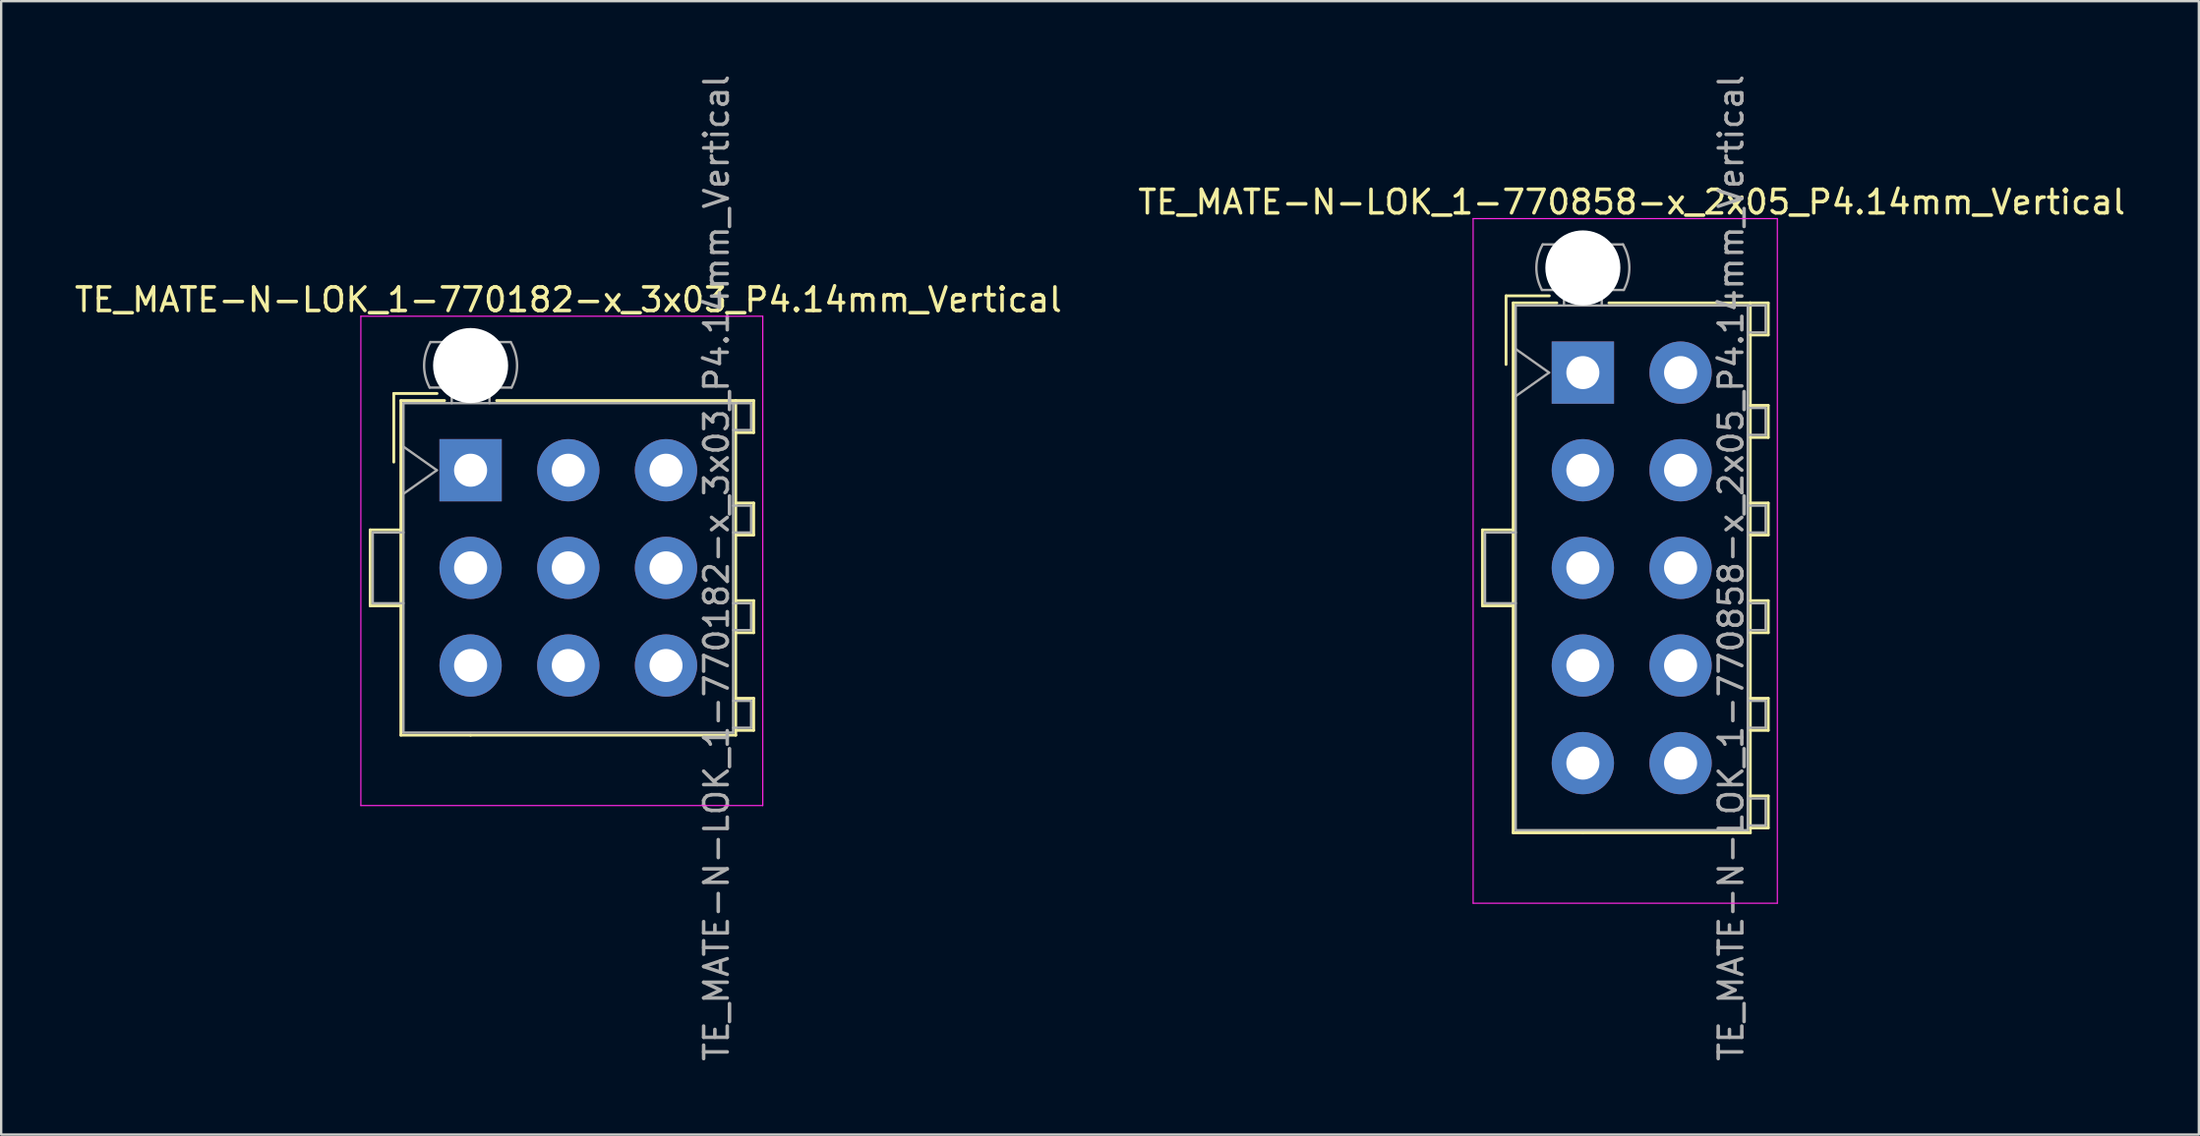
<source format=kicad_pcb>
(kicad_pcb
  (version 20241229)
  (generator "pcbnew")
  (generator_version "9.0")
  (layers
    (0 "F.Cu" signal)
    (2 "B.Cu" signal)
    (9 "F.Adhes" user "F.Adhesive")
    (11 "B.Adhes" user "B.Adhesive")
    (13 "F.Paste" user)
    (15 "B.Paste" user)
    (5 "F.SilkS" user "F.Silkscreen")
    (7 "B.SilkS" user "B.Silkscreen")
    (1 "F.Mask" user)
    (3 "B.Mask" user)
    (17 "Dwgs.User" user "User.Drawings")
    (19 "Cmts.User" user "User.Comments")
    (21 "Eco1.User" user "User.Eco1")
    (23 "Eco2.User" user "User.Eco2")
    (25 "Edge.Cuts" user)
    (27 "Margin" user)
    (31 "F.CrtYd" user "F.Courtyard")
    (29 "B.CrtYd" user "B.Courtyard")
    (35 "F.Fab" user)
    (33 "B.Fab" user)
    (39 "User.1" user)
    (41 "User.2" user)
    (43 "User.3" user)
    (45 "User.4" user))
  (footprint "TE_MATE-N-LOK_1-770182-x_3x03_P4.14mm_Vertical"
    (layer "F.Cu")
    (at 16.89 16.89)
    (property "Reference" "TE_MATE-N-LOK_1-770182-x_3x03_P4.14mm_Vertical" (at 4.14 -7.23 0) (layer "F.SilkS") (effects (font (size 1 1) (thickness 0.15))))
    (attr through_hole)
    (fp_line (start -4.255 2.53) (end -4.255 5.75) (stroke (width 0.12) (type solid)) (layer "F.SilkS"))
    (fp_line (start -4.255 5.75) (end -2.955 5.75) (stroke (width 0.12) (type solid)) (layer "F.SilkS"))
    (fp_line (start -3.255 -3.255) (end -3.255 -0.345) (stroke (width 0.12) (type solid)) (layer "F.SilkS"))
    (fp_line (start -2.955 -2.955) (end -2.955 11.235) (stroke (width 0.12) (type solid)) (layer "F.SilkS"))
    (fp_line (start -2.955 2.53) (end -4.255 2.53) (stroke (width 0.12) (type solid)) (layer "F.SilkS"))
    (fp_line (start -2.955 11.235) (end 0 11.235) (stroke (width 0.12) (type solid)) (layer "F.SilkS"))
    (fp_line (start -1.421 -3.255) (end -3.255 -3.255) (stroke (width 0.12) (type solid)) (layer "F.SilkS"))
    (fp_line (start -1.103 -2.955) (end -2.955 -2.955) (stroke (width 0.12) (type solid)) (layer "F.SilkS"))
    (fp_line (start 1.103 -2.955) (end 11.235 -2.955) (stroke (width 0.12) (type solid)) (layer "F.SilkS"))
    (fp_line (start 11.235 -2.955) (end 11.235 11.235) (stroke (width 0.12) (type solid)) (layer "F.SilkS"))
    (fp_line (start 11.235 -2.955) (end 11.995 -2.955) (stroke (width 0.12) (type solid)) (layer "F.SilkS"))
    (fp_line (start 11.235 1.39) (end 11.995 1.39) (stroke (width 0.12) (type solid)) (layer "F.SilkS"))
    (fp_line (start 11.235 5.53) (end 11.995 5.53) (stroke (width 0.12) (type solid)) (layer "F.SilkS"))
    (fp_line (start 11.235 9.67) (end 11.995 9.67) (stroke (width 0.12) (type solid)) (layer "F.SilkS"))
    (fp_line (start 11.235 11.235) (end 0 11.235) (stroke (width 0.12) (type solid)) (layer "F.SilkS"))
    (fp_line (start 11.995 -2.955) (end 11.995 -1.595) (stroke (width 0.12) (type solid)) (layer "F.SilkS"))
    (fp_line (start 11.995 -1.595) (end 11.235 -1.595) (stroke (width 0.12) (type solid)) (layer "F.SilkS"))
    (fp_line (start 11.995 1.39) (end 11.995 2.75) (stroke (width 0.12) (type solid)) (layer "F.SilkS"))
    (fp_line (start 11.995 2.75) (end 11.235 2.75) (stroke (width 0.12) (type solid)) (layer "F.SilkS"))
    (fp_line (start 11.995 5.53) (end 11.995 6.89) (stroke (width 0.12) (type solid)) (layer "F.SilkS"))
    (fp_line (start 11.995 6.89) (end 11.235 6.89) (stroke (width 0.12) (type solid)) (layer "F.SilkS"))
    (fp_line (start 11.995 9.67) (end 11.995 11.03) (stroke (width 0.12) (type solid)) (layer "F.SilkS"))
    (fp_line (start 11.995 11.03) (end 11.235 11.03) (stroke (width 0.12) (type solid)) (layer "F.SilkS"))
    (fp_line (start -4.65 -6.53) (end -4.65 14.22) (stroke (width 0.05) (type solid)) (layer "F.CrtYd"))
    (fp_line (start -4.65 14.22) (end 12.38 14.22) (stroke (width 0.05) (type solid)) (layer "F.CrtYd"))
    (fp_line (start 12.38 -6.53) (end -4.65 -6.53) (stroke (width 0.05) (type solid)) (layer "F.CrtYd"))
    (fp_line (start 12.38 14.22) (end 12.38 -6.53) (stroke (width 0.05) (type solid)) (layer "F.CrtYd"))
    (fp_line (start -4.145 2.64) (end -4.145 5.64) (stroke (width 0.1) (type solid)) (layer "F.Fab"))
    (fp_line (start -4.145 5.64) (end -2.845 5.64) (stroke (width 0.1) (type solid)) (layer "F.Fab"))
    (fp_line (start -2.845 -2.845) (end -2.845 11.125) (stroke (width 0.1) (type solid)) (layer "F.Fab"))
    (fp_line (start -2.845 -1) (end -1.431 0) (stroke (width 0.1) (type solid)) (layer "F.Fab"))
    (fp_line (start -2.845 2.64) (end -4.145 2.64) (stroke (width 0.1) (type solid)) (layer "F.Fab"))
    (fp_line (start -2.845 11.125) (end 11.125 11.125) (stroke (width 0.1) (type solid)) (layer "F.Fab"))
    (fp_line (start -1.431 0) (end -2.845 1) (stroke (width 0.1) (type solid)) (layer "F.Fab"))
    (fp_line (start -0.8 -2.845) (end -0.8 -3.505) (stroke (width 0.1) (type solid)) (layer "F.Fab"))
    (fp_line (start 0.8 -2.845) (end 0.8 -3.505) (stroke (width 0.1) (type solid)) (layer "F.Fab"))
    (fp_line (start 1.7 -5.436) (end -1.7 -5.436) (stroke (width 0.1) (type solid)) (layer "F.Fab"))
    (fp_line (start 1.734 -3.505) (end -1.734 -3.505) (stroke (width 0.1) (type solid)) (layer "F.Fab"))
    (fp_line (start 11.125 -2.845) (end -2.845 -2.845) (stroke (width 0.1) (type solid)) (layer "F.Fab"))
    (fp_line (start 11.125 -2.845) (end 11.885 -2.845) (stroke (width 0.1) (type solid)) (layer "F.Fab"))
    (fp_line (start 11.125 1.5) (end 11.885 1.5) (stroke (width 0.1) (type solid)) (layer "F.Fab"))
    (fp_line (start 11.125 5.64) (end 11.885 5.64) (stroke (width 0.1) (type solid)) (layer "F.Fab"))
    (fp_line (start 11.125 9.78) (end 11.885 9.78) (stroke (width 0.1) (type solid)) (layer "F.Fab"))
    (fp_line (start 11.125 11.125) (end 11.125 -2.845) (stroke (width 0.1) (type solid)) (layer "F.Fab"))
    (fp_line (start 11.885 -2.845) (end 11.885 -1.705) (stroke (width 0.1) (type solid)) (layer "F.Fab"))
    (fp_line (start 11.885 -1.705) (end 11.125 -1.705) (stroke (width 0.1) (type solid)) (layer "F.Fab"))
    (fp_line (start 11.885 1.5) (end 11.885 2.64) (stroke (width 0.1) (type solid)) (layer "F.Fab"))
    (fp_line (start 11.885 2.64) (end 11.125 2.64) (stroke (width 0.1) (type solid)) (layer "F.Fab"))
    (fp_line (start 11.885 5.64) (end 11.885 6.78) (stroke (width 0.1) (type solid)) (layer "F.Fab"))
    (fp_line (start 11.885 6.78) (end 11.125 6.78) (stroke (width 0.1) (type solid)) (layer "F.Fab"))
    (fp_line (start 11.885 9.78) (end 11.885 10.92) (stroke (width 0.1) (type solid)) (layer "F.Fab"))
    (fp_line (start 11.885 10.92) (end 11.125 10.92) (stroke (width 0.1) (type solid)) (layer "F.Fab"))
    (fp_arc (start -1.733977 -3.505) (mid -1.96969 -4.474992) (end -1.699672 -5.436) (stroke (width 0.1) (type solid)) (layer "F.Fab"))
    (fp_arc (start 1.699672 -5.436) (mid 1.969689 -4.474992) (end 1.733977 -3.505) (stroke (width 0.1) (type solid)) (layer "F.Fab"))
    (fp_text user "${REFERENCE}" (at 10.42 4.14 90) (layer "F.Fab") (effects (font (size 1 1) (thickness 0.15))))
    (pad "" np_thru_hole circle (at 0 -4.44) (size 3.18 3.18) (drill 3.18) (layers "*.Cu" "*.Mask"))
    (pad "1" thru_hole rect (at 0 0) (size 2.64 2.64) (drill 1.4) (layers "*.Cu" "*.Mask"))
    (pad "2" thru_hole circle (at 0 4.14) (size 2.64 2.64) (drill 1.4) (layers "*.Cu" "*.Mask"))
    (pad "3" thru_hole circle (at 0 8.28) (size 2.64 2.64) (drill 1.4) (layers "*.Cu" "*.Mask"))
    (pad "4" thru_hole circle (at 4.14 0) (size 2.64 2.64) (drill 1.4) (layers "*.Cu" "*.Mask"))
    (pad "5" thru_hole circle (at 4.14 4.14) (size 2.64 2.64) (drill 1.4) (layers "*.Cu" "*.Mask"))
    (pad "6" thru_hole circle (at 4.14 8.28) (size 2.64 2.64) (drill 1.4) (layers "*.Cu" "*.Mask"))
    (pad "7" thru_hole circle (at 8.28 0) (size 2.64 2.64) (drill 1.4) (layers "*.Cu" "*.Mask"))
    (pad "8" thru_hole circle (at 8.28 4.14) (size 2.64 2.64) (drill 1.4) (layers "*.Cu" "*.Mask"))
    (pad "9" thru_hole circle (at 8.28 8.28) (size 2.64 2.64) (drill 1.4) (layers "*.Cu" "*.Mask")))
  (footprint "TE_MATE-N-LOK_1-770858-x_2x05_P4.14mm_Vertical"
    (layer "F.Cu")
    (at 64.019 12.75)
    (property "Reference" "TE_MATE-N-LOK_1-770858-x_2x05_P4.14mm_Vertical" (at 2.07 -7.23 0) (layer "F.SilkS") (effects (font (size 1 1) (thickness 0.15))))
    (attr through_hole)
    (fp_line (start -4.255 6.67) (end -4.255 9.89) (stroke (width 0.12) (type solid)) (layer "F.SilkS"))
    (fp_line (start -4.255 9.89) (end -2.955 9.89) (stroke (width 0.12) (type solid)) (layer "F.SilkS"))
    (fp_line (start -3.255 -3.255) (end -3.255 -0.345) (stroke (width 0.12) (type solid)) (layer "F.SilkS"))
    (fp_line (start -2.955 -2.955) (end -2.955 19.515) (stroke (width 0.12) (type solid)) (layer "F.SilkS"))
    (fp_line (start -2.955 6.67) (end -4.255 6.67) (stroke (width 0.12) (type solid)) (layer "F.SilkS"))
    (fp_line (start -2.955 19.515) (end 0 19.515) (stroke (width 0.12) (type solid)) (layer "F.SilkS"))
    (fp_line (start -1.421 -3.255) (end -3.255 -3.255) (stroke (width 0.12) (type solid)) (layer "F.SilkS"))
    (fp_line (start -1.103 -2.955) (end -2.955 -2.955) (stroke (width 0.12) (type solid)) (layer "F.SilkS"))
    (fp_line (start 1.103 -2.955) (end 7.095 -2.955) (stroke (width 0.12) (type solid)) (layer "F.SilkS"))
    (fp_line (start 7.095 -2.955) (end 7.095 19.515) (stroke (width 0.12) (type solid)) (layer "F.SilkS"))
    (fp_line (start 7.095 -2.955) (end 7.855 -2.955) (stroke (width 0.12) (type solid)) (layer "F.SilkS"))
    (fp_line (start 7.095 1.39) (end 7.855 1.39) (stroke (width 0.12) (type solid)) (layer "F.SilkS"))
    (fp_line (start 7.095 5.53) (end 7.855 5.53) (stroke (width 0.12) (type solid)) (layer "F.SilkS"))
    (fp_line (start 7.095 9.67) (end 7.855 9.67) (stroke (width 0.12) (type solid)) (layer "F.SilkS"))
    (fp_line (start 7.095 13.81) (end 7.855 13.81) (stroke (width 0.12) (type solid)) (layer "F.SilkS"))
    (fp_line (start 7.095 17.95) (end 7.855 17.95) (stroke (width 0.12) (type solid)) (layer "F.SilkS"))
    (fp_line (start 7.095 19.515) (end 0 19.515) (stroke (width 0.12) (type solid)) (layer "F.SilkS"))
    (fp_line (start 7.855 -2.955) (end 7.855 -1.595) (stroke (width 0.12) (type solid)) (layer "F.SilkS"))
    (fp_line (start 7.855 -1.595) (end 7.095 -1.595) (stroke (width 0.12) (type solid)) (layer "F.SilkS"))
    (fp_line (start 7.855 1.39) (end 7.855 2.75) (stroke (width 0.12) (type solid)) (layer "F.SilkS"))
    (fp_line (start 7.855 2.75) (end 7.095 2.75) (stroke (width 0.12) (type solid)) (layer "F.SilkS"))
    (fp_line (start 7.855 5.53) (end 7.855 6.89) (stroke (width 0.12) (type solid)) (layer "F.SilkS"))
    (fp_line (start 7.855 6.89) (end 7.095 6.89) (stroke (width 0.12) (type solid)) (layer "F.SilkS"))
    (fp_line (start 7.855 9.67) (end 7.855 11.03) (stroke (width 0.12) (type solid)) (layer "F.SilkS"))
    (fp_line (start 7.855 11.03) (end 7.095 11.03) (stroke (width 0.12) (type solid)) (layer "F.SilkS"))
    (fp_line (start 7.855 13.81) (end 7.855 15.17) (stroke (width 0.12) (type solid)) (layer "F.SilkS"))
    (fp_line (start 7.855 15.17) (end 7.095 15.17) (stroke (width 0.12) (type solid)) (layer "F.SilkS"))
    (fp_line (start 7.855 17.95) (end 7.855 19.31) (stroke (width 0.12) (type solid)) (layer "F.SilkS"))
    (fp_line (start 7.855 19.31) (end 7.095 19.31) (stroke (width 0.12) (type solid)) (layer "F.SilkS"))
    (fp_line (start -4.65 -6.53) (end -4.65 22.5) (stroke (width 0.05) (type solid)) (layer "F.CrtYd"))
    (fp_line (start -4.65 22.5) (end 8.24 22.5) (stroke (width 0.05) (type solid)) (layer "F.CrtYd"))
    (fp_line (start 8.24 -6.53) (end -4.65 -6.53) (stroke (width 0.05) (type solid)) (layer "F.CrtYd"))
    (fp_line (start 8.24 22.5) (end 8.24 -6.53) (stroke (width 0.05) (type solid)) (layer "F.CrtYd"))
    (fp_line (start -4.145 6.78) (end -4.145 9.78) (stroke (width 0.1) (type solid)) (layer "F.Fab"))
    (fp_line (start -4.145 9.78) (end -2.845 9.78) (stroke (width 0.1) (type solid)) (layer "F.Fab"))
    (fp_line (start -2.845 -2.845) (end -2.845 19.405) (stroke (width 0.1) (type solid)) (layer "F.Fab"))
    (fp_line (start -2.845 -1) (end -1.431 0) (stroke (width 0.1) (type solid)) (layer "F.Fab"))
    (fp_line (start -2.845 6.78) (end -4.145 6.78) (stroke (width 0.1) (type solid)) (layer "F.Fab"))
    (fp_line (start -2.845 19.405) (end 6.985 19.405) (stroke (width 0.1) (type solid)) (layer "F.Fab"))
    (fp_line (start -1.431 0) (end -2.845 1) (stroke (width 0.1) (type solid)) (layer "F.Fab"))
    (fp_line (start -0.8 -2.845) (end -0.8 -3.505) (stroke (width 0.1) (type solid)) (layer "F.Fab"))
    (fp_line (start 0.8 -2.845) (end 0.8 -3.505) (stroke (width 0.1) (type solid)) (layer "F.Fab"))
    (fp_line (start 1.7 -5.436) (end -1.7 -5.436) (stroke (width 0.1) (type solid)) (layer "F.Fab"))
    (fp_line (start 1.734 -3.505) (end -1.734 -3.505) (stroke (width 0.1) (type solid)) (layer "F.Fab"))
    (fp_line (start 6.985 -2.845) (end -2.845 -2.845) (stroke (width 0.1) (type solid)) (layer "F.Fab"))
    (fp_line (start 6.985 -2.845) (end 7.745 -2.845) (stroke (width 0.1) (type solid)) (layer "F.Fab"))
    (fp_line (start 6.985 1.5) (end 7.745 1.5) (stroke (width 0.1) (type solid)) (layer "F.Fab"))
    (fp_line (start 6.985 5.64) (end 7.745 5.64) (stroke (width 0.1) (type solid)) (layer "F.Fab"))
    (fp_line (start 6.985 9.78) (end 7.745 9.78) (stroke (width 0.1) (type solid)) (layer "F.Fab"))
    (fp_line (start 6.985 13.92) (end 7.745 13.92) (stroke (width 0.1) (type solid)) (layer "F.Fab"))
    (fp_line (start 6.985 18.06) (end 7.745 18.06) (stroke (width 0.1) (type solid)) (layer "F.Fab"))
    (fp_line (start 6.985 19.405) (end 6.985 -2.845) (stroke (width 0.1) (type solid)) (layer "F.Fab"))
    (fp_line (start 7.745 -2.845) (end 7.745 -1.705) (stroke (width 0.1) (type solid)) (layer "F.Fab"))
    (fp_line (start 7.745 -1.705) (end 6.985 -1.705) (stroke (width 0.1) (type solid)) (layer "F.Fab"))
    (fp_line (start 7.745 1.5) (end 7.745 2.64) (stroke (width 0.1) (type solid)) (layer "F.Fab"))
    (fp_line (start 7.745 2.64) (end 6.985 2.64) (stroke (width 0.1) (type solid)) (layer "F.Fab"))
    (fp_line (start 7.745 5.64) (end 7.745 6.78) (stroke (width 0.1) (type solid)) (layer "F.Fab"))
    (fp_line (start 7.745 6.78) (end 6.985 6.78) (stroke (width 0.1) (type solid)) (layer "F.Fab"))
    (fp_line (start 7.745 9.78) (end 7.745 10.92) (stroke (width 0.1) (type solid)) (layer "F.Fab"))
    (fp_line (start 7.745 10.92) (end 6.985 10.92) (stroke (width 0.1) (type solid)) (layer "F.Fab"))
    (fp_line (start 7.745 13.92) (end 7.745 15.06) (stroke (width 0.1) (type solid)) (layer "F.Fab"))
    (fp_line (start 7.745 15.06) (end 6.985 15.06) (stroke (width 0.1) (type solid)) (layer "F.Fab"))
    (fp_line (start 7.745 18.06) (end 7.745 19.2) (stroke (width 0.1) (type solid)) (layer "F.Fab"))
    (fp_line (start 7.745 19.2) (end 6.985 19.2) (stroke (width 0.1) (type solid)) (layer "F.Fab"))
    (fp_arc (start -1.733977 -3.505) (mid -1.96969 -4.474992) (end -1.699672 -5.436) (stroke (width 0.1) (type solid)) (layer "F.Fab"))
    (fp_arc (start 1.699672 -5.436) (mid 1.969689 -4.474992) (end 1.733977 -3.505) (stroke (width 0.1) (type solid)) (layer "F.Fab"))
    (fp_text user "${REFERENCE}" (at 6.28 8.28 90) (layer "F.Fab") (effects (font (size 1 1) (thickness 0.15))))
    (pad "" np_thru_hole circle (at 0 -4.44) (size 3.18 3.18) (drill 3.18) (layers "*.Cu" "*.Mask"))
    (pad "1" thru_hole rect (at 0 0) (size 2.64 2.64) (drill 1.4) (layers "*.Cu" "*.Mask"))
    (pad "2" thru_hole circle (at 0 4.14) (size 2.64 2.64) (drill 1.4) (layers "*.Cu" "*.Mask"))
    (pad "3" thru_hole circle (at 0 8.28) (size 2.64 2.64) (drill 1.4) (layers "*.Cu" "*.Mask"))
    (pad "4" thru_hole circle (at 0 12.42) (size 2.64 2.64) (drill 1.4) (layers "*.Cu" "*.Mask"))
    (pad "5" thru_hole circle (at 0 16.56) (size 2.64 2.64) (drill 1.4) (layers "*.Cu" "*.Mask"))
    (pad "6" thru_hole circle (at 4.14 0) (size 2.64 2.64) (drill 1.4) (layers "*.Cu" "*.Mask"))
    (pad "7" thru_hole circle (at 4.14 4.14) (size 2.64 2.64) (drill 1.4) (layers "*.Cu" "*.Mask"))
    (pad "8" thru_hole circle (at 4.14 8.28) (size 2.64 2.64) (drill 1.4) (layers "*.Cu" "*.Mask"))
    (pad "9" thru_hole circle (at 4.14 12.42) (size 2.64 2.64) (drill 1.4) (layers "*.Cu" "*.Mask"))
    (pad "10" thru_hole circle (at 4.14 16.56) (size 2.64 2.64) (drill 1.4) (layers "*.Cu" "*.Mask")))
  (gr_rect
    (start -3 -3)
    (end 90.119 45.06)
    (stroke (width 0.1) (type default))
    (fill no)
    (layer "Edge.Cuts")))
</source>
